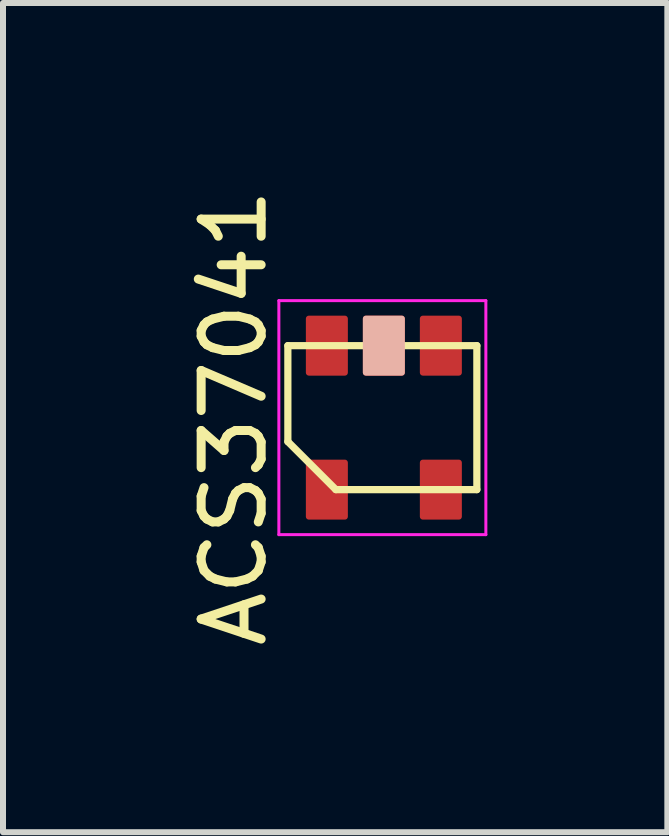
<source format=kicad_pcb>
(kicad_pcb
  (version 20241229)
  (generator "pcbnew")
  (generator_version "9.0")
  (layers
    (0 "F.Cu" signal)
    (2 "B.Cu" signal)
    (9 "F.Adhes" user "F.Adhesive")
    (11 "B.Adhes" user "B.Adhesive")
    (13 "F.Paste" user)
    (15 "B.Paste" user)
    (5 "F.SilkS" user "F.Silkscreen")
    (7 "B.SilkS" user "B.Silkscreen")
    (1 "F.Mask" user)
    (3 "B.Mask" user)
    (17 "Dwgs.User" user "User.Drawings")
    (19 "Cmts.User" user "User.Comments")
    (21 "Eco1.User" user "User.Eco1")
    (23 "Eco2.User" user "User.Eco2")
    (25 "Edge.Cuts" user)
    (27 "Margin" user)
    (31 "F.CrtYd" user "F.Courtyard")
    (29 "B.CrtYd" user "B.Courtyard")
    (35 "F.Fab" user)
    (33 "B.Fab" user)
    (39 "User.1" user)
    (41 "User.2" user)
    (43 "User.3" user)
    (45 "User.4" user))
  (footprint "ACS37041"
    (layer "F.Cu")
    (at 3.348 3.911)
    (property "Reference" "ACS37041" (at -2.5 0 90) (layer "F.SilkS") (effects (font (size 1 1) (thickness 0.15))))
    (attr smd)
    (fp_line (start -1.6 -1.2) (end 1.55 -1.2) (stroke (width 0.12) (type default)) (layer "F.SilkS"))
    (fp_line (start -1.6 0.4) (end -1.6 -1.2) (stroke (width 0.12) (type default)) (layer "F.SilkS"))
    (fp_line (start -0.8 1.2) (end -1.6 0.4) (stroke (width 0.12) (type default)) (layer "F.SilkS"))
    (fp_line (start 1.55 -1.2) (end 1.55 1.2) (stroke (width 0.12) (type default)) (layer "F.SilkS"))
    (fp_line (start 1.55 1.2) (end -0.8 1.2) (stroke (width 0.12) (type default)) (layer "F.SilkS"))
    (fp_line (start -1.75 -1.95) (end 1.7 -1.95) (stroke (width 0.05) (type default)) (layer "F.CrtYd"))
    (fp_line (start -1.75 1.95) (end -1.75 -1.95) (stroke (width 0.05) (type default)) (layer "F.CrtYd"))
    (fp_line (start 1.7 -1.95) (end 1.7 1.95) (stroke (width 0.05) (type default)) (layer "F.CrtYd"))
    (fp_line (start 1.7 1.95) (end -1.75 1.95) (stroke (width 0.05) (type default)) (layer "F.CrtYd"))
    (pad "1" smd roundrect (at -0.95 1.2) (size 0.7 1) (layers "F.Cu" "F.Mask" "F.Paste") (roundrect_rratio 0.071))
    (pad "2" smd roundrect (at 0.95 1.2) (size 0.7 1) (layers "F.Cu" "F.Mask" "F.Paste") (roundrect_rratio 0.071))
    (pad "3" smd roundrect (at 0.95 -1.2) (size 0.7 1) (layers "F.Cu" "F.Mask" "F.Paste") (roundrect_rratio 0.071))
    (pad "4" smd roundrect (at 0 -1.2) (size 0.7 1) (layers "F.Cu" "F.Mask" "B.SilkS" "F.Paste") (roundrect_rratio 0.071))
    (pad "5" smd roundrect (at -0.95 -1.2) (size 0.7 1) (layers "F.Cu" "F.Mask" "F.Paste") (roundrect_rratio 0.071)))
  (gr_rect
    (start -3 -3)
    (end 8.073 10.821)
    (stroke (width 0.1) (type default))
    (fill no)
    (layer "Edge.Cuts")))
</source>
